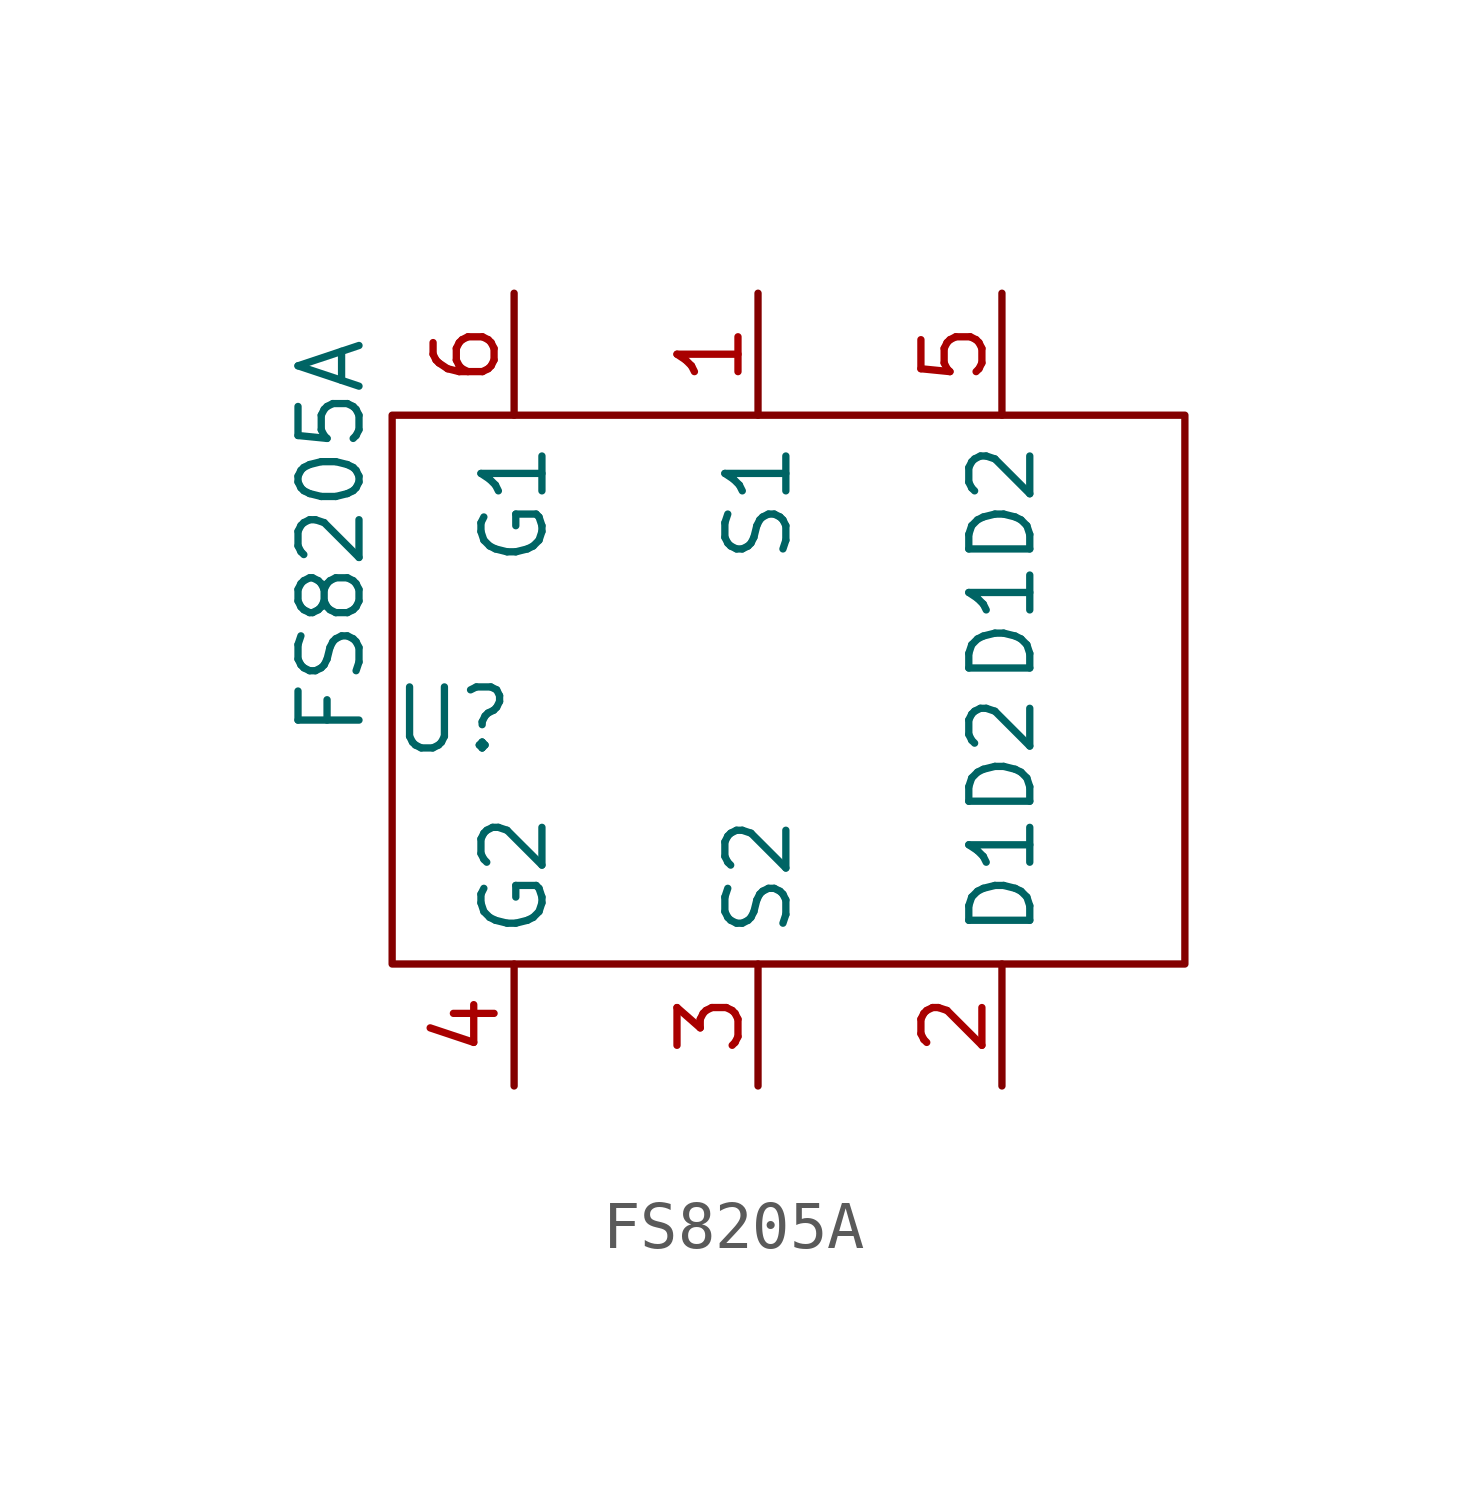
<source format=kicad_sym>
(kicad_symbol_lib
  (version 20211014)
  (generator kicad_symbol_editor)
  (symbol "FS8205A"
    (property "Reference" "U"
      (at 1.27 5.08 0)
      (effects (font (size 1.27 1.27))))
    (property "Value" "FS8205A"
      (at -1.27 8.89 90)
      (effects (font (size 1.27 1.27))))
    (symbol "FS8205A_0_1"
      (rectangle (start 0 11.43) (end 16.51 0) (stroke (width 0) (type default) (color 0 0 0 0)) (fill (type none))))
    (symbol "FS8205A_1_1"
      (pin input line (at 7.62 13.97 270) (length 2.54) (name "S1" (effects (font (size 1.27 1.27)))) (number "1" (effects (font (size 1.27 1.27)))))
      (pin input line (at 12.7 -2.54 90) (length 2.54) (name "D1D2" (effects (font (size 1.27 1.27)))) (number "2" (effects (font (size 1.27 1.27)))))
      (pin input line (at 7.62 -2.54 90) (length 2.54) (name "S2" (effects (font (size 1.27 1.27)))) (number "3" (effects (font (size 1.27 1.27)))))
      (pin input line (at 2.54 -2.54 90) (length 2.54) (name "G2" (effects (font (size 1.27 1.27)))) (number "4" (effects (font (size 1.27 1.27)))))
      (pin input line (at 12.7 13.97 270) (length 2.54) (name "D1D2" (effects (font (size 1.27 1.27)))) (number "5" (effects (font (size 1.27 1.27)))))
      (pin input line (at 2.54 13.97 270) (length 2.54) (name "G1" (effects (font (size 1.27 1.27)))) (number "6" (effects (font (size 1.27 1.27))))))))
</source>
